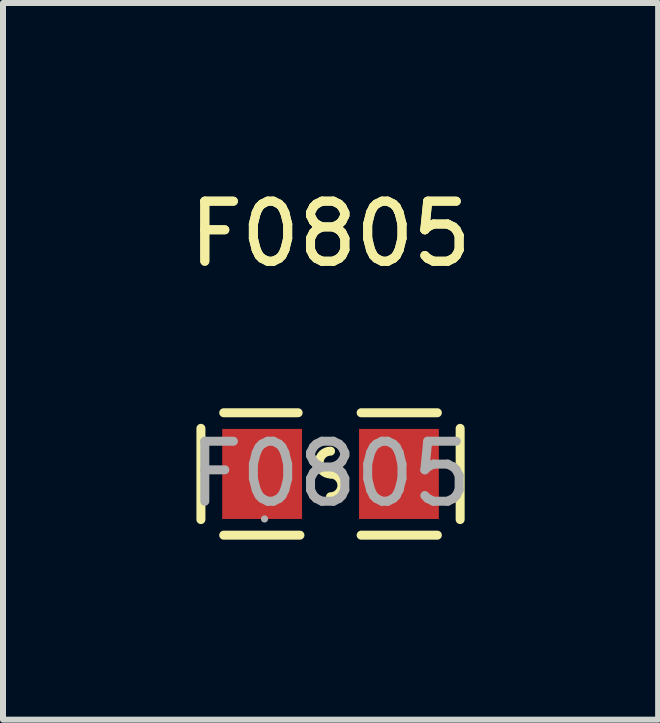
<source format=kicad_pcb>
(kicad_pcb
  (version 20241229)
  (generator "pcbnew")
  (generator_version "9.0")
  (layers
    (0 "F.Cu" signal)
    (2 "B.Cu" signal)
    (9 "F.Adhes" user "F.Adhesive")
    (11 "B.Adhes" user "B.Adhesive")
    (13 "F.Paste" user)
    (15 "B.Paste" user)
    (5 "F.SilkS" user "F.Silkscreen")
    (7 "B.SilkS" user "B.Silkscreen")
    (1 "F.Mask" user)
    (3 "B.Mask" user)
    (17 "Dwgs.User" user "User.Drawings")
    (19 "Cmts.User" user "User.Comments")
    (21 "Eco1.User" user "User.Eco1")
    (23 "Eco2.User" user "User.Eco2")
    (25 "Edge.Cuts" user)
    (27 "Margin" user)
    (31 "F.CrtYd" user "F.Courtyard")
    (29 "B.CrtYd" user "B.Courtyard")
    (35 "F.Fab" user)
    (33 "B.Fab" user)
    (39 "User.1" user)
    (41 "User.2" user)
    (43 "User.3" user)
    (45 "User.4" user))
  (footprint "F0805"
    (layer "F.Cu")
    (at 2.458 4.848)
    (property "Reference" "F0805" (at 0 -4 0) (layer "F.SilkS") (effects (font (size 1 1) (thickness 0.15))))
    (attr smd)
    (fp_line (start -2.16 -0.76) (end -2.16 0.76) (stroke (width 0.15) (type solid)) (layer "F.SilkS"))
    (fp_line (start -1.78 -1.02) (end -0.54 -1.02) (stroke (width 0.15) (type solid)) (layer "F.SilkS"))
    (fp_line (start -0.51 1.02) (end -1.78 1.02) (stroke (width 0.15) (type solid)) (layer "F.SilkS"))
    (fp_line (start 0.51 1.02) (end 1.78 1.02) (stroke (width 0.15) (type solid)) (layer "F.SilkS"))
    (fp_line (start 1.78 -1.02) (end 0.51 -1.02) (stroke (width 0.15) (type solid)) (layer "F.SilkS"))
    (fp_line (start 2.16 -0.76) (end 2.16 0.76) (stroke (width 0.15) (type solid)) (layer "F.SilkS"))
    (fp_arc (start 0 0) (mid -0.19 -0.19) (end 0 -0.38) (stroke (width 0.15) (type solid)) (layer "F.SilkS"))
    (fp_arc (start 0 0) (mid 0.19 0.19) (end 0 0.38) (stroke (width 0.15) (type solid)) (layer "F.SilkS"))
    (fp_circle (center -1.1 0.75) (end -1.07 0.75) (stroke (width 0.06) (type solid)) (fill no) (layer "F.Fab"))
    (fp_text user "${REFERENCE}" (at 0 -4 0) (layer "F.SilkS") (effects (font (size 1 1) (thickness 0.15))))
    (fp_text user "${REFERENCE}" (at 0 0 0) (layer "F.Fab") (effects (font (size 1 1) (thickness 0.15))))
    (pad "1" smd rect (at -1.14 0) (size 1.33 1.5) (layers "F.Cu" "F.Mask" "F.Paste"))
    (pad "2" smd rect (at 1.14 0) (size 1.33 1.5) (layers "F.Cu" "F.Mask" "F.Paste")))
  (gr_rect
    (start -3 -3)
    (end 7.917 8.943)
    (stroke (width 0.1) (type default))
    (fill no)
    (layer "Edge.Cuts")))
</source>
